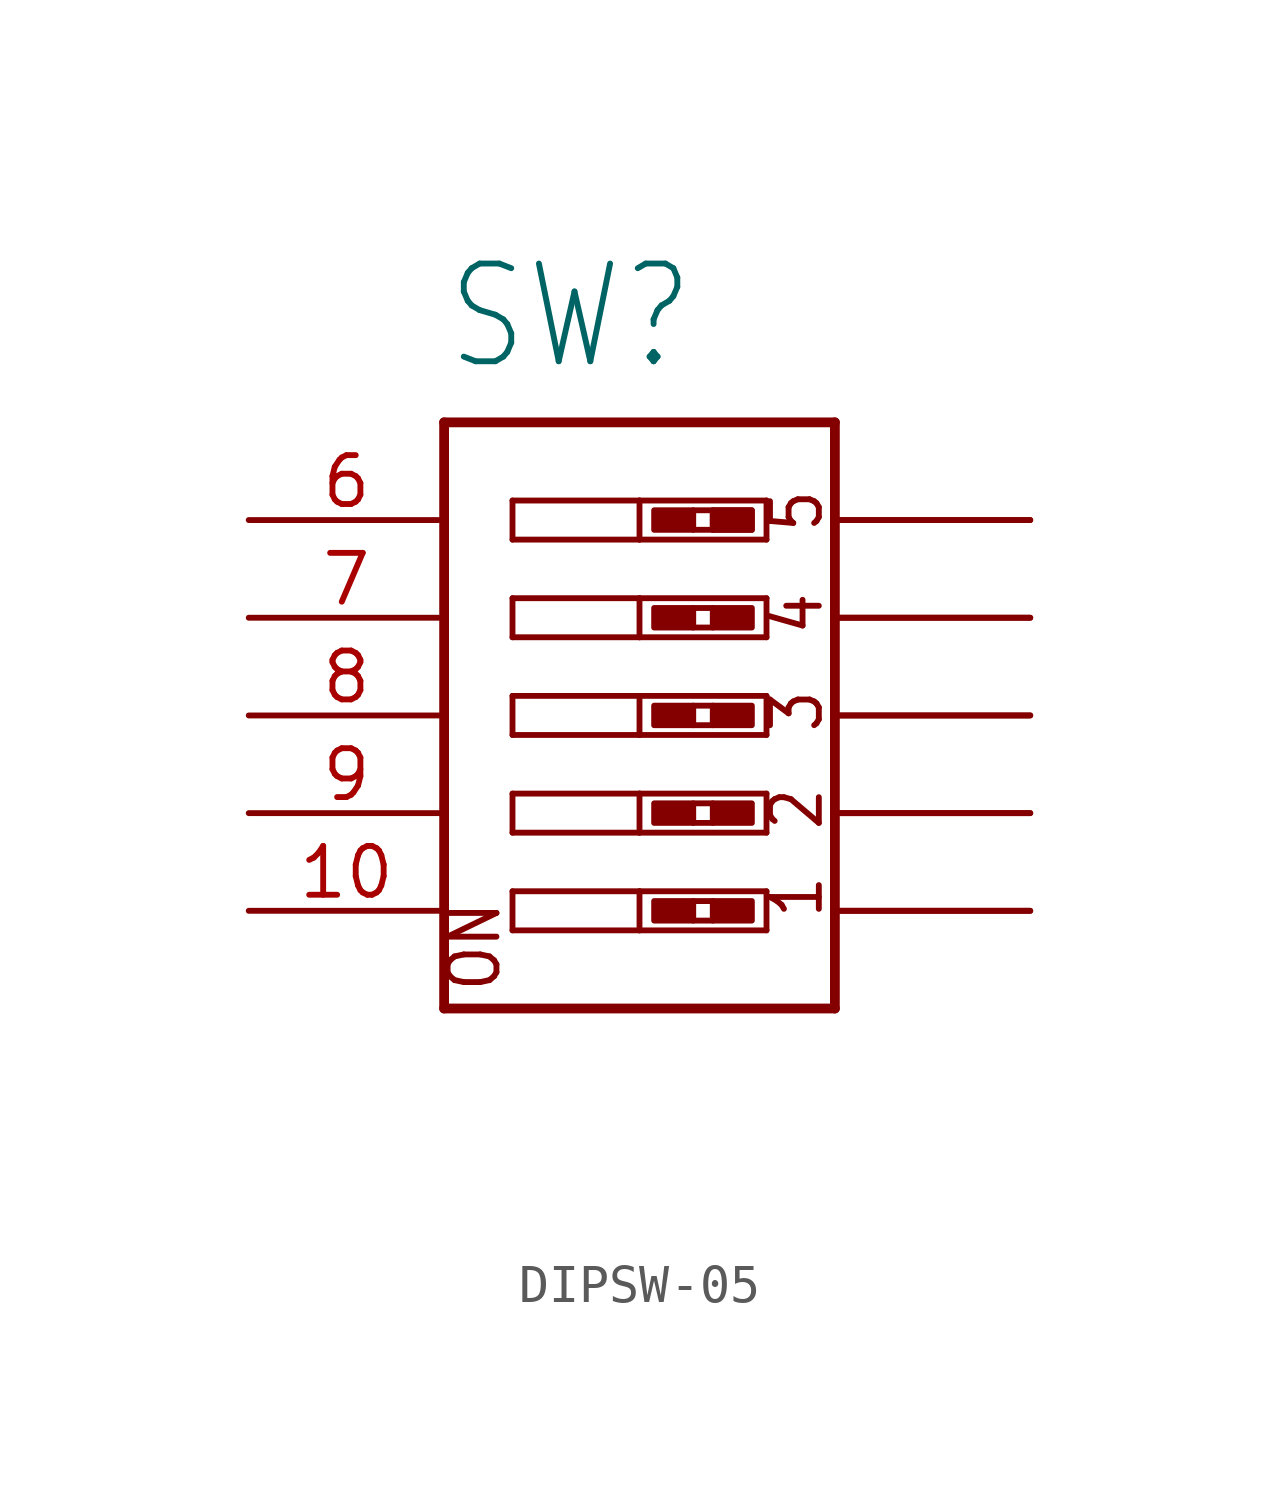
<source format=kicad_sym>
(kicad_symbol_lib
  (version 20220914)
  (generator kicad_symbol_editor)
  (symbol "DIPSW-05"
    (property "Reference" "SW"
      (at -5.08 8.89 0)
      (effects (font (size 2.54 2.159)) (justify left bottom)))
    (property "Value" ""
      (at -5.08 -11.43 0)
      (effects (font (size 2.54 2.159)) (justify left bottom)))
    (property "ki_locked" ""
      (at 0 0 0)
      (effects (font (size 1.27 1.27))))
    (symbol "DIPSW-05_1_0"
      (polyline (pts (xy -5.08 -7.62) (xy 5.08 -7.62)) (stroke (width 0.254) (type solid)) (fill (type none)))
      (polyline (pts (xy -5.08 7.62) (xy -5.08 -7.62)) (stroke (width 0.254) (type solid)) (fill (type none)))
      (polyline (pts (xy -3.302 -5.588) (xy -3.302 -4.572)) (stroke (width 0.152) (type solid)) (fill (type none)))
      (polyline (pts (xy -3.302 -4.572) (xy 0 -4.572)) (stroke (width 0.152) (type solid)) (fill (type none)))
      (polyline (pts (xy -3.302 -3.048) (xy -3.302 -2.032)) (stroke (width 0.152) (type solid)) (fill (type none)))
      (polyline (pts (xy -3.302 -2.032) (xy 0 -2.032)) (stroke (width 0.152) (type solid)) (fill (type none)))
      (polyline (pts (xy -3.302 -0.508) (xy -3.302 0.508)) (stroke (width 0.152) (type solid)) (fill (type none)))
      (polyline (pts (xy -3.302 0.508) (xy 0 0.508)) (stroke (width 0.152) (type solid)) (fill (type none)))
      (polyline (pts (xy -3.302 2.032) (xy -3.302 3.048)) (stroke (width 0.152) (type solid)) (fill (type none)))
      (polyline (pts (xy -3.302 3.048) (xy 0 3.048)) (stroke (width 0.152) (type solid)) (fill (type none)))
      (polyline (pts (xy -3.302 4.572) (xy -3.302 5.588)) (stroke (width 0.152) (type solid)) (fill (type none)))
      (polyline (pts (xy -3.302 5.588) (xy 0 5.588)) (stroke (width 0.152) (type solid)) (fill (type none)))
      (polyline (pts (xy 0 -5.588) (xy -3.302 -5.588)) (stroke (width 0.152) (type solid)) (fill (type none)))
      (polyline (pts (xy 0 -4.572) (xy 0 -5.588)) (stroke (width 0.152) (type solid)) (fill (type none)))
      (polyline (pts (xy 0 -4.572) (xy 3.302 -4.572)) (stroke (width 0.152) (type solid)) (fill (type none)))
      (polyline (pts (xy 0 -3.048) (xy -3.302 -3.048)) (stroke (width 0.152) (type solid)) (fill (type none)))
      (polyline (pts (xy 0 -2.032) (xy 0 -3.048)) (stroke (width 0.152) (type solid)) (fill (type none)))
      (polyline (pts (xy 0 -2.032) (xy 3.302 -2.032)) (stroke (width 0.152) (type solid)) (fill (type none)))
      (polyline (pts (xy 0 -0.508) (xy -3.302 -0.508)) (stroke (width 0.152) (type solid)) (fill (type none)))
      (polyline (pts (xy 0 0.508) (xy 0 -0.508)) (stroke (width 0.152) (type solid)) (fill (type none)))
      (polyline (pts (xy 0 0.508) (xy 3.302 0.508)) (stroke (width 0.152) (type solid)) (fill (type none)))
      (polyline (pts (xy 0 2.032) (xy -3.302 2.032)) (stroke (width 0.152) (type solid)) (fill (type none)))
      (polyline (pts (xy 0 3.048) (xy 0 2.032)) (stroke (width 0.152) (type solid)) (fill (type none)))
      (polyline (pts (xy 0 3.048) (xy 3.302 3.048)) (stroke (width 0.152) (type solid)) (fill (type none)))
      (polyline (pts (xy 0 4.572) (xy -3.302 4.572)) (stroke (width 0.152) (type solid)) (fill (type none)))
      (polyline (pts (xy 0 5.588) (xy 0 4.572)) (stroke (width 0.152) (type solid)) (fill (type none)))
      (polyline (pts (xy 0 5.588) (xy 3.302 5.588)) (stroke (width 0.152) (type solid)) (fill (type none)))
      (polyline (pts (xy 1.397 -5.334) (xy 1.905 -5.334)) (stroke (width 0) (type solid)) (fill (type none)))
      (polyline (pts (xy 1.397 -4.826) (xy 1.905 -4.826)) (stroke (width 0) (type solid)) (fill (type none)))
      (polyline (pts (xy 1.397 -2.794) (xy 1.905 -2.794)) (stroke (width 0) (type solid)) (fill (type none)))
      (polyline (pts (xy 1.397 -2.286) (xy 1.905 -2.286)) (stroke (width 0) (type solid)) (fill (type none)))
      (polyline (pts (xy 1.397 -0.254) (xy 1.905 -0.254)) (stroke (width 0) (type solid)) (fill (type none)))
      (polyline (pts (xy 1.397 0.254) (xy 1.905 0.254)) (stroke (width 0) (type solid)) (fill (type none)))
      (polyline (pts (xy 1.397 2.286) (xy 1.905 2.286)) (stroke (width 0) (type solid)) (fill (type none)))
      (polyline (pts (xy 1.397 2.794) (xy 1.905 2.794)) (stroke (width 0) (type solid)) (fill (type none)))
      (polyline (pts (xy 1.397 4.826) (xy 1.905 4.826)) (stroke (width 0) (type solid)) (fill (type none)))
      (polyline (pts (xy 1.397 5.334) (xy 1.905 5.334)) (stroke (width 0) (type solid)) (fill (type none)))
      (polyline (pts (xy 3.302 -5.588) (xy 0 -5.588)) (stroke (width 0.152) (type solid)) (fill (type none)))
      (polyline (pts (xy 3.302 -4.572) (xy 3.302 -5.588)) (stroke (width 0.152) (type solid)) (fill (type none)))
      (polyline (pts (xy 3.302 -3.048) (xy 0 -3.048)) (stroke (width 0.152) (type solid)) (fill (type none)))
      (polyline (pts (xy 3.302 -2.032) (xy 3.302 -3.048)) (stroke (width 0.152) (type solid)) (fill (type none)))
      (polyline (pts (xy 3.302 -0.508) (xy 0 -0.508)) (stroke (width 0.152) (type solid)) (fill (type none)))
      (polyline (pts (xy 3.302 0.508) (xy 3.302 -0.508)) (stroke (width 0.152) (type solid)) (fill (type none)))
      (polyline (pts (xy 3.302 2.032) (xy 0 2.032)) (stroke (width 0.152) (type solid)) (fill (type none)))
      (polyline (pts (xy 3.302 3.048) (xy 3.302 2.032)) (stroke (width 0.152) (type solid)) (fill (type none)))
      (polyline (pts (xy 3.302 4.572) (xy 0 4.572)) (stroke (width 0.152) (type solid)) (fill (type none)))
      (polyline (pts (xy 3.302 5.588) (xy 3.302 4.572)) (stroke (width 0.152) (type solid)) (fill (type none)))
      (polyline (pts (xy 5.08 -7.62) (xy 5.08 7.62)) (stroke (width 0.254) (type solid)) (fill (type none)))
      (polyline (pts (xy 5.08 7.62) (xy -5.08 7.62)) (stroke (width 0.254) (type solid)) (fill (type none)))
      (rectangle (start 0.381 -5.334) (end 1.397 -4.826) (stroke (width 0) (type default)) (fill (type outline)))
      (rectangle (start 0.381 -2.794) (end 1.397 -2.286) (stroke (width 0) (type default)) (fill (type outline)))
      (rectangle (start 0.381 -0.254) (end 1.397 0.254) (stroke (width 0) (type default)) (fill (type outline)))
      (rectangle (start 0.381 2.286) (end 1.397 2.794) (stroke (width 0) (type default)) (fill (type outline)))
      (rectangle (start 0.381 4.826) (end 1.397 5.334) (stroke (width 0) (type default)) (fill (type outline)))
      (rectangle (start 1.905 -5.334) (end 2.921 -4.826) (stroke (width 0) (type default)) (fill (type outline)))
      (rectangle (start 1.905 -2.794) (end 2.921 -2.286) (stroke (width 0) (type default)) (fill (type outline)))
      (rectangle (start 1.905 -0.254) (end 2.921 0.254) (stroke (width 0) (type default)) (fill (type outline)))
      (rectangle (start 1.905 2.286) (end 2.921 2.794) (stroke (width 0) (type default)) (fill (type outline)))
      (rectangle (start 1.905 4.826) (end 2.921 5.334) (stroke (width 0) (type default)) (fill (type outline)))
      (rectangle (start 1.905 4.826) (end 2.921 5.334) (stroke (width 0) (type default)) (fill (type outline)))
      (text "1" (at 4.826 -5.334 900) (effects (font (size 1.27 1.079)) (justify left bottom)))
      (text "2" (at 4.826 -3.048 900) (effects (font (size 1.27 1.079)) (justify left bottom)))
      (text "3" (at 4.826 -0.508 900) (effects (font (size 1.27 1.079)) (justify left bottom)))
      (text "4" (at 4.826 2.032 900) (effects (font (size 1.27 1.079)) (justify left bottom)))
      (text "5" (at 4.826 4.699 900) (effects (font (size 1.27 1.079)) (justify left bottom)))
      (text "ON" (at -3.556 -7.239 900) (effects (font (size 1.27 1.079)) (justify left bottom)))
      (pin passive line (at 10.16 -5.08 180) (length 5.08) (name "1" (effects (font (size 0 0)))) (number "1" (effects (font (size 0 0)))))
      (pin passive line (at -10.16 -5.08 0) (length 5.08) (name "10" (effects (font (size 0 0)))) (number "10" (effects (font (size 1.27 1.27)))))
      (pin passive line (at 10.16 -5.08 180) (length 5.08) (name "1" (effects (font (size 0 0)))) (number "1J" (effects (font (size 0 0)))))
      (pin passive line (at 10.16 -2.54 180) (length 5.08) (name "2" (effects (font (size 0 0)))) (number "2" (effects (font (size 0 0)))))
      (pin passive line (at 10.16 -2.54 180) (length 5.08) (name "2" (effects (font (size 0 0)))) (number "2J" (effects (font (size 0 0)))))
      (pin passive line (at 10.16 0 180) (length 5.08) (name "3" (effects (font (size 0 0)))) (number "3" (effects (font (size 0 0)))))
      (pin passive line (at 10.16 0 180) (length 5.08) (name "3" (effects (font (size 0 0)))) (number "3J" (effects (font (size 0 0)))))
      (pin passive line (at 10.16 2.54 180) (length 5.08) (name "4" (effects (font (size 0 0)))) (number "4" (effects (font (size 0 0)))))
      (pin passive line (at 10.16 2.54 180) (length 5.08) (name "4" (effects (font (size 0 0)))) (number "4J" (effects (font (size 0 0)))))
      (pin passive line (at 10.16 5.08 180) (length 5.08) (name "5" (effects (font (size 0 0)))) (number "5" (effects (font (size 0 0)))))
      (pin passive line (at 10.16 5.08 180) (length 5.08) (name "5" (effects (font (size 0 0)))) (number "5J" (effects (font (size 0 0)))))
      (pin passive line (at -10.16 5.08 0) (length 5.08) (name "6" (effects (font (size 0 0)))) (number "6" (effects (font (size 1.27 1.27)))))
      (pin passive line (at -10.16 2.54 0) (length 5.08) (name "7" (effects (font (size 0 0)))) (number "7" (effects (font (size 1.27 1.27)))))
      (pin passive line (at -10.16 0 0) (length 5.08) (name "8" (effects (font (size 0 0)))) (number "8" (effects (font (size 1.27 1.27)))))
      (pin passive line (at -10.16 -2.54 0) (length 5.08) (name "9" (effects (font (size 0 0)))) (number "9" (effects (font (size 1.27 1.27))))))))
</source>
